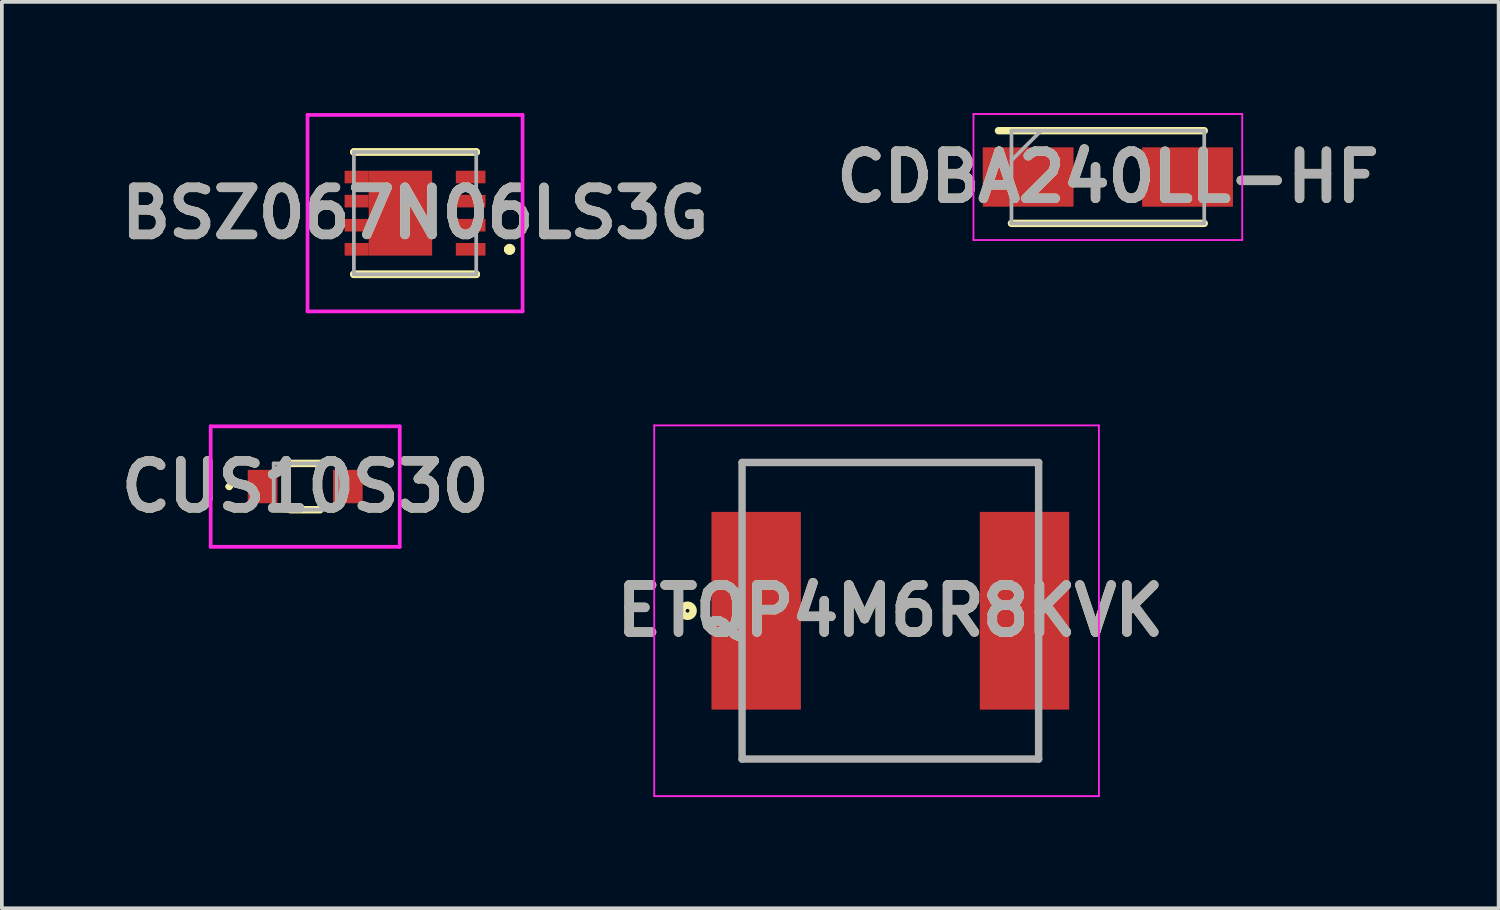
<source format=kicad_pcb>
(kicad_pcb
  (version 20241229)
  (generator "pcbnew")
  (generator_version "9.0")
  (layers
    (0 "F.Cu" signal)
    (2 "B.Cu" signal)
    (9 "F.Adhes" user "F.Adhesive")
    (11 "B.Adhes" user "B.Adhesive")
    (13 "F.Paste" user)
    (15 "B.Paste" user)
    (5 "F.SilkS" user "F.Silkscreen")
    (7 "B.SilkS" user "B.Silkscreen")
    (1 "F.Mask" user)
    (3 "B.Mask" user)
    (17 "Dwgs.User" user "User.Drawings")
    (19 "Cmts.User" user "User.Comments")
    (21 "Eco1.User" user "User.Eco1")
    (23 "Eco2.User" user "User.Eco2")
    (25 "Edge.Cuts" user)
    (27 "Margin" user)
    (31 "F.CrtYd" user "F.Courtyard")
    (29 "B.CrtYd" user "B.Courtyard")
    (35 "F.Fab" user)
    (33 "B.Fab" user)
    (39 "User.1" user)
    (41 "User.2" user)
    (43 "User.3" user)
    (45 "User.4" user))
  (footprint "CUS10S30"
    (layer "F.Cu")
    (at 5.183 10.075)
    (property "Reference" "CUS10S30" (at 0 0 0) (layer "F.SilkS") (effects (font (size 1.27 1.27) (thickness 0.254))))
    (attr smd)
    (fp_line (start -2.1 0) (end -2.1 0) (stroke (width 0.1) (type solid)) (layer "F.SilkS"))
    (fp_line (start -2 0) (end -2 0) (stroke (width 0.1) (type solid)) (layer "F.SilkS"))
    (fp_line (start -0.4 -0.625) (end 0.4 -0.625) (stroke (width 0.2) (type solid)) (layer "F.SilkS"))
    (fp_line (start -0.4 0.625) (end 0.4 0.625) (stroke (width 0.2) (type solid)) (layer "F.SilkS"))
    (fp_arc (start -2.1 0) (mid -2.05 -0.05) (end -2 0) (stroke (width 0.1) (type solid)) (layer "F.SilkS"))
    (fp_arc (start -2 0) (mid -2.05 0.05) (end -2.1 0) (stroke (width 0.1) (type solid)) (layer "F.SilkS"))
    (fp_line (start -2.55 -1.625) (end 2.55 -1.625) (stroke (width 0.1) (type solid)) (layer "F.CrtYd"))
    (fp_line (start -2.55 1.625) (end -2.55 -1.625) (stroke (width 0.1) (type solid)) (layer "F.CrtYd"))
    (fp_line (start 2.55 -1.625) (end 2.55 1.625) (stroke (width 0.1) (type solid)) (layer "F.CrtYd"))
    (fp_line (start 2.55 1.625) (end -2.55 1.625) (stroke (width 0.1) (type solid)) (layer "F.CrtYd"))
    (fp_line (start -0.85 -0.625) (end -0.85 0.625) (stroke (width 0.1) (type solid)) (layer "F.Fab"))
    (fp_line (start -0.85 0.625) (end 0.85 0.625) (stroke (width 0.1) (type solid)) (layer "F.Fab"))
    (fp_line (start 0.85 -0.625) (end -0.85 -0.625) (stroke (width 0.1) (type solid)) (layer "F.Fab"))
    (fp_line (start 0.85 0.625) (end 0.85 -0.625) (stroke (width 0.1) (type solid)) (layer "F.Fab"))
    (fp_text user "${REFERENCE}" (at 0 0 0) (layer "F.Fab") (effects (font (size 1.27 1.27) (thickness 0.254))))
    (pad "1" smd rect (at -1.15 0) (size 0.8 0.9) (layers "F.Cu" "F.Mask" "F.Paste"))
    (pad "2" smd rect (at 1.15 0) (size 0.8 0.9) (layers "F.Cu" "F.Mask" "F.Paste")))
  (footprint "BSZ067N06LS3G"
    (layer "F.Cu")
    (at 8.146 2.7)
    (property "Reference" "BSZ067N06LS3G" (at 0 0 0) (layer "F.SilkS") (effects (font (size 1.27 1.27) (thickness 0.254))))
    (attr smd)
    (fp_line (start -1.65 -1.65) (end -1.65 -1.65) (stroke (width 0.2) (type solid)) (layer "F.SilkS"))
    (fp_line (start -1.65 -1.65) (end 1.65 -1.65) (stroke (width 0.2) (type solid)) (layer "F.SilkS"))
    (fp_line (start -1.65 1.65) (end -1.65 1.65) (stroke (width 0.2) (type solid)) (layer "F.SilkS"))
    (fp_line (start -1.65 1.65) (end 1.65 1.65) (stroke (width 0.2) (type solid)) (layer "F.SilkS"))
    (fp_line (start 1.65 -1.65) (end -1.65 -1.65) (stroke (width 0.2) (type solid)) (layer "F.SilkS"))
    (fp_line (start 1.65 -1.65) (end 1.65 -1.65) (stroke (width 0.2) (type solid)) (layer "F.SilkS"))
    (fp_line (start 1.65 1.65) (end -1.65 1.65) (stroke (width 0.2) (type solid)) (layer "F.SilkS"))
    (fp_line (start 1.65 1.65) (end 1.65 1.65) (stroke (width 0.2) (type solid)) (layer "F.SilkS"))
    (fp_line (start 2.5 0.975) (end 2.5 0.975) (stroke (width 0.2) (type solid)) (layer "F.SilkS"))
    (fp_line (start 2.5 0.975) (end 2.5 0.975) (stroke (width 0.2) (type solid)) (layer "F.SilkS"))
    (fp_line (start 2.6 0.975) (end 2.6 0.975) (stroke (width 0.2) (type solid)) (layer "F.SilkS"))
    (fp_arc (start 2.5 0.975) (mid 2.55 0.925) (end 2.6 0.975) (stroke (width 0.2) (type solid)) (layer "F.SilkS"))
    (fp_arc (start 2.6 0.975) (mid 2.55 1.025) (end 2.5 0.975) (stroke (width 0.2) (type solid)) (layer "F.SilkS"))
    (fp_arc (start 2.6 0.975) (mid 2.55 1.025) (end 2.5 0.975) (stroke (width 0.2) (type solid)) (layer "F.SilkS"))
    (fp_line (start -2.9 -2.65) (end 2.9 -2.65) (stroke (width 0.1) (type solid)) (layer "F.CrtYd"))
    (fp_line (start -2.9 2.65) (end -2.9 -2.65) (stroke (width 0.1) (type solid)) (layer "F.CrtYd"))
    (fp_line (start 2.9 -2.65) (end 2.9 2.65) (stroke (width 0.1) (type solid)) (layer "F.CrtYd"))
    (fp_line (start 2.9 2.65) (end -2.9 2.65) (stroke (width 0.1) (type solid)) (layer "F.CrtYd"))
    (fp_line (start -1.65 -1.65) (end -1.65 1.65) (stroke (width 0.1) (type solid)) (layer "F.Fab"))
    (fp_line (start -1.65 1.65) (end 1.65 1.65) (stroke (width 0.1) (type solid)) (layer "F.Fab"))
    (fp_line (start 1.65 -1.65) (end -1.65 -1.65) (stroke (width 0.1) (type solid)) (layer "F.Fab"))
    (fp_line (start 1.65 1.65) (end 1.65 -1.65) (stroke (width 0.1) (type solid)) (layer "F.Fab"))
    (fp_text user "${REFERENCE}" (at 0 0 0) (layer "F.Fab") (effects (font (size 1.27 1.27) (thickness 0.254))))
    (pad "1" smd rect (at 1.5 0.975 90) (size 0.34 0.8) (layers "F.Cu" "F.Mask" "F.Paste"))
    (pad "2" smd rect (at 1.5 0.325 90) (size 0.34 0.8) (layers "F.Cu" "F.Mask" "F.Paste"))
    (pad "3" smd rect (at 1.5 -0.325 90) (size 0.34 0.8) (layers "F.Cu" "F.Mask" "F.Paste"))
    (pad "4" smd rect (at 1.5 -0.975 90) (size 0.34 0.8) (layers "F.Cu" "F.Mask" "F.Paste"))
    (pad "5" smd rect (at -1.575 -0.975 90) (size 0.34 0.65) (layers "F.Cu" "F.Mask" "F.Paste"))
    (pad "6" smd rect (at -1.575 -0.325 90) (size 0.34 0.65) (layers "F.Cu" "F.Mask" "F.Paste"))
    (pad "7" smd rect (at -1.575 0.325 90) (size 0.34 0.65) (layers "F.Cu" "F.Mask" "F.Paste"))
    (pad "8" smd rect (at -1.575 0.975 90) (size 0.34 0.65) (layers "F.Cu" "F.Mask" "F.Paste"))
    (pad "9" smd rect (at -0.395 0) (size 1.71 2.29) (layers "F.Cu" "F.Mask" "F.Paste")))
  (footprint "ETQP4M6R8KVK"
    (layer "F.Cu")
    (at 20.967 13.425)
    (property "Reference" "ETQP4M6R8KVK" (at 0 0 0) (layer "F.SilkS") (effects (font (size 1.27 1.27) (thickness 0.254))))
    (attr smd)
    (fp_line (start -4 -4) (end 4 -4) (stroke (width 0.1) (type solid)) (layer "F.SilkS"))
    (fp_line (start 4 4) (end -4 4) (stroke (width 0.1) (type solid)) (layer "F.SilkS"))
    (fp_circle (center -5.47 0) (end -5.47 0.05) (stroke (width 0.2) (type solid)) (fill no) (layer "F.SilkS"))
    (fp_line (start -6.37 -5) (end 5.626 -5) (stroke (width 0.05) (type solid)) (layer "F.CrtYd"))
    (fp_line (start -6.37 5) (end -6.37 -5) (stroke (width 0.05) (type solid)) (layer "F.CrtYd"))
    (fp_line (start 5.626 -5) (end 5.626 5) (stroke (width 0.05) (type solid)) (layer "F.CrtYd"))
    (fp_line (start 5.626 5) (end -6.37 5) (stroke (width 0.05) (type solid)) (layer "F.CrtYd"))
    (fp_line (start -4 -4) (end 4 -4) (stroke (width 0.2) (type solid)) (layer "F.Fab"))
    (fp_line (start -4 4) (end -4 -4) (stroke (width 0.2) (type solid)) (layer "F.Fab"))
    (fp_line (start 4 -4) (end 4 4) (stroke (width 0.2) (type solid)) (layer "F.Fab"))
    (fp_line (start 4 4) (end -4 4) (stroke (width 0.2) (type solid)) (layer "F.Fab"))
    (fp_text user "${REFERENCE}" (at 0 0 0) (layer "F.Fab") (effects (font (size 1.27 1.27) (thickness 0.254))))
    (pad "1" smd rect (at -3.619 0) (size 2.413 5.334) (layers "F.Cu" "F.Mask" "F.Paste"))
    (pad "2" smd rect (at 3.619 0) (size 2.413 5.334) (layers "F.Cu" "F.Mask" "F.Paste")))
  (footprint "CDBA240LL-HF"
    (layer "F.Cu")
    (at 26.834 1.725)
    (property "Reference" "CDBA240LL-HF" (at 0 0 0) (layer "F.SilkS") (effects (font (size 1.27 1.27) (thickness 0.254))))
    (attr smd)
    (fp_line (start -2.6 1.25) (end 2.6 1.25) (stroke (width 0.2) (type solid)) (layer "F.SilkS"))
    (fp_line (start 2.6 -1.25) (end -2.95 -1.25) (stroke (width 0.2) (type solid)) (layer "F.SilkS"))
    (fp_line (start -3.625 -1.7) (end 3.625 -1.7) (stroke (width 0.05) (type solid)) (layer "F.CrtYd"))
    (fp_line (start -3.625 1.7) (end -3.625 -1.7) (stroke (width 0.05) (type solid)) (layer "F.CrtYd"))
    (fp_line (start 3.625 -1.7) (end 3.625 1.7) (stroke (width 0.05) (type solid)) (layer "F.CrtYd"))
    (fp_line (start 3.625 1.7) (end -3.625 1.7) (stroke (width 0.05) (type solid)) (layer "F.CrtYd"))
    (fp_line (start -2.6 -1.25) (end 2.6 -1.25) (stroke (width 0.1) (type solid)) (layer "F.Fab"))
    (fp_line (start -2.6 -0.45) (end -1.8 -1.25) (stroke (width 0.1) (type solid)) (layer "F.Fab"))
    (fp_line (start -2.6 1.25) (end -2.6 -1.25) (stroke (width 0.1) (type solid)) (layer "F.Fab"))
    (fp_line (start 2.6 -1.25) (end 2.6 1.25) (stroke (width 0.1) (type solid)) (layer "F.Fab"))
    (fp_line (start 2.6 1.25) (end -2.6 1.25) (stroke (width 0.1) (type solid)) (layer "F.Fab"))
    (fp_text user "${REFERENCE}" (at 0 0 0) (layer "F.Fab") (effects (font (size 1.27 1.27) (thickness 0.254))))
    (pad "1" smd rect (at -2.15 0 90) (size 1.6 2.45) (layers "F.Cu" "F.Mask" "F.Paste"))
    (pad "2" smd rect (at 2.15 0 90) (size 1.6 2.45) (layers "F.Cu" "F.Mask" "F.Paste")))
  (gr_rect
    (start -3 -3)
    (end 37.375 21.45)
    (stroke (width 0.1) (type default))
    (fill no)
    (layer "Edge.Cuts")))
</source>
